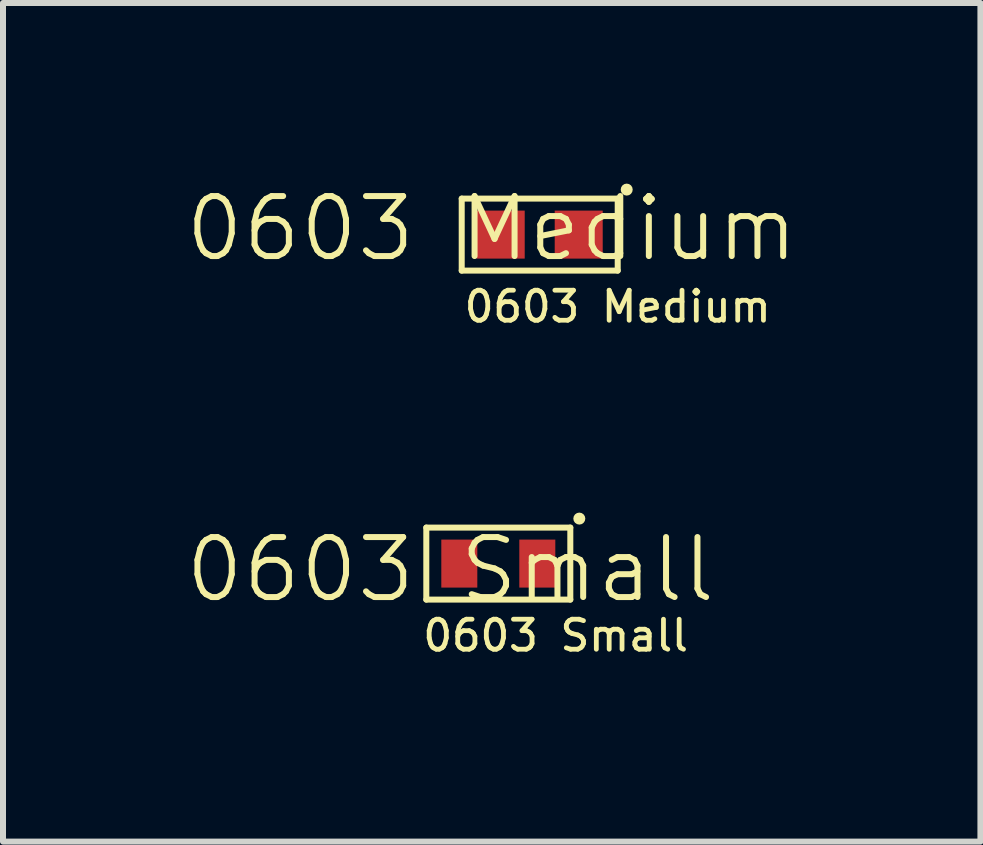
<source format=kicad_pcb>
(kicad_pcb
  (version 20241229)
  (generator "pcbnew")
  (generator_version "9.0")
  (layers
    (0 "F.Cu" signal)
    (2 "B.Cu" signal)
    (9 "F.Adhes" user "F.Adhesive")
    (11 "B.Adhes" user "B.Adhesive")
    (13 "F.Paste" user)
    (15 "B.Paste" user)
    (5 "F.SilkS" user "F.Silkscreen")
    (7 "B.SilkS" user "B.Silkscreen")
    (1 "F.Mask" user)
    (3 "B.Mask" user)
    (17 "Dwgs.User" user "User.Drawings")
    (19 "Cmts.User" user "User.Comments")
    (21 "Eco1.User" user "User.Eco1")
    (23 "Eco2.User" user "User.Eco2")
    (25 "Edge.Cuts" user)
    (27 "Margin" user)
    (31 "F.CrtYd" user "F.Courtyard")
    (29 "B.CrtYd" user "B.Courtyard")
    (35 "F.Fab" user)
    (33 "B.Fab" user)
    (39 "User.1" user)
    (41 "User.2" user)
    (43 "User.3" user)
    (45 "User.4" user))
  (footprint "0603 Small"
    (layer "F.Cu")
    (at 4.455 6.743)
    (property "Reference" "0603 Small" (at 0 -0.3 0) (unlocked yes) (layer "F.SilkS") (effects (font (size 1 1) (thickness 0.1))))
    (attr smd)
    (fp_line (start -0.4 -1) (end -0.4 0.2) (stroke (width 0.1) (type default)) (layer "F.SilkS"))
    (fp_line (start -0.4 0.2) (end 2 0.2) (stroke (width 0.1) (type default)) (layer "F.SilkS"))
    (fp_line (start 2 -1) (end -0.4 -1) (stroke (width 0.1) (type default)) (layer "F.SilkS"))
    (fp_line (start 2 0.2) (end 2 -1) (stroke (width 0.1) (type default)) (layer "F.SilkS"))
    (fp_circle (center 2.15 -1.15) (end 2.2 -1.15) (stroke (width 0.1) (type default)) (fill no) (layer "F.SilkS"))
    (fp_text user "${REFERENCE}" (at -0.5 0.8 0) (unlocked yes) (layer "F.SilkS") (effects (font (size 0.5 0.5) (thickness 0.08)) (justify left)))
    (pad "1" smd rect (at 0.15 -0.4) (size 0.6 0.8) (layers "F.Cu" "F.Mask" "F.Paste"))
    (pad "2" smd rect (at 1.45 -0.4) (size 0.6 0.8) (layers "F.Cu" "F.Mask" "F.Paste")))
  (footprint "0603 Medium"
    (layer "F.Cu")
    (at 5.145 1.26)
    (property "Reference" "0603 Medium" (at 0 -0.5 0) (unlocked yes) (layer "F.SilkS") (effects (font (size 1 1) (thickness 0.1))))
    (attr smd)
    (fp_line (start -0.5 -1) (end -0.5 0.2) (stroke (width 0.1) (type default)) (layer "F.SilkS"))
    (fp_line (start -0.5 0.2) (end 2.1 0.2) (stroke (width 0.1) (type default)) (layer "F.SilkS"))
    (fp_line (start 2.1 -1) (end -0.5 -1) (stroke (width 0.1) (type default)) (layer "F.SilkS"))
    (fp_line (start 2.1 0.2) (end 2.1 -1) (stroke (width 0.1) (type default)) (layer "F.SilkS"))
    (fp_circle (center 2.25 -1.15) (end 2.3 -1.15) (stroke (width 0.1) (type default)) (fill no) (layer "F.SilkS"))
    (fp_text user "${REFERENCE}" (at -0.5 0.8 0) (unlocked yes) (layer "F.SilkS") (effects (font (size 0.5 0.5) (thickness 0.08)) (justify left)))
    (pad "1" smd rect (at 0.15 -0.4) (size 0.8 0.8) (layers "F.Cu" "F.Mask" "F.Paste"))
    (pad "2" smd rect (at 1.45 -0.4) (size 0.8 0.8) (layers "F.Cu" "F.Mask" "F.Paste")))
  (gr_rect
    (start -3 -3)
    (end 13.29 10.976)
    (stroke (width 0.1) (type default))
    (fill no)
    (layer "Edge.Cuts")))
</source>
